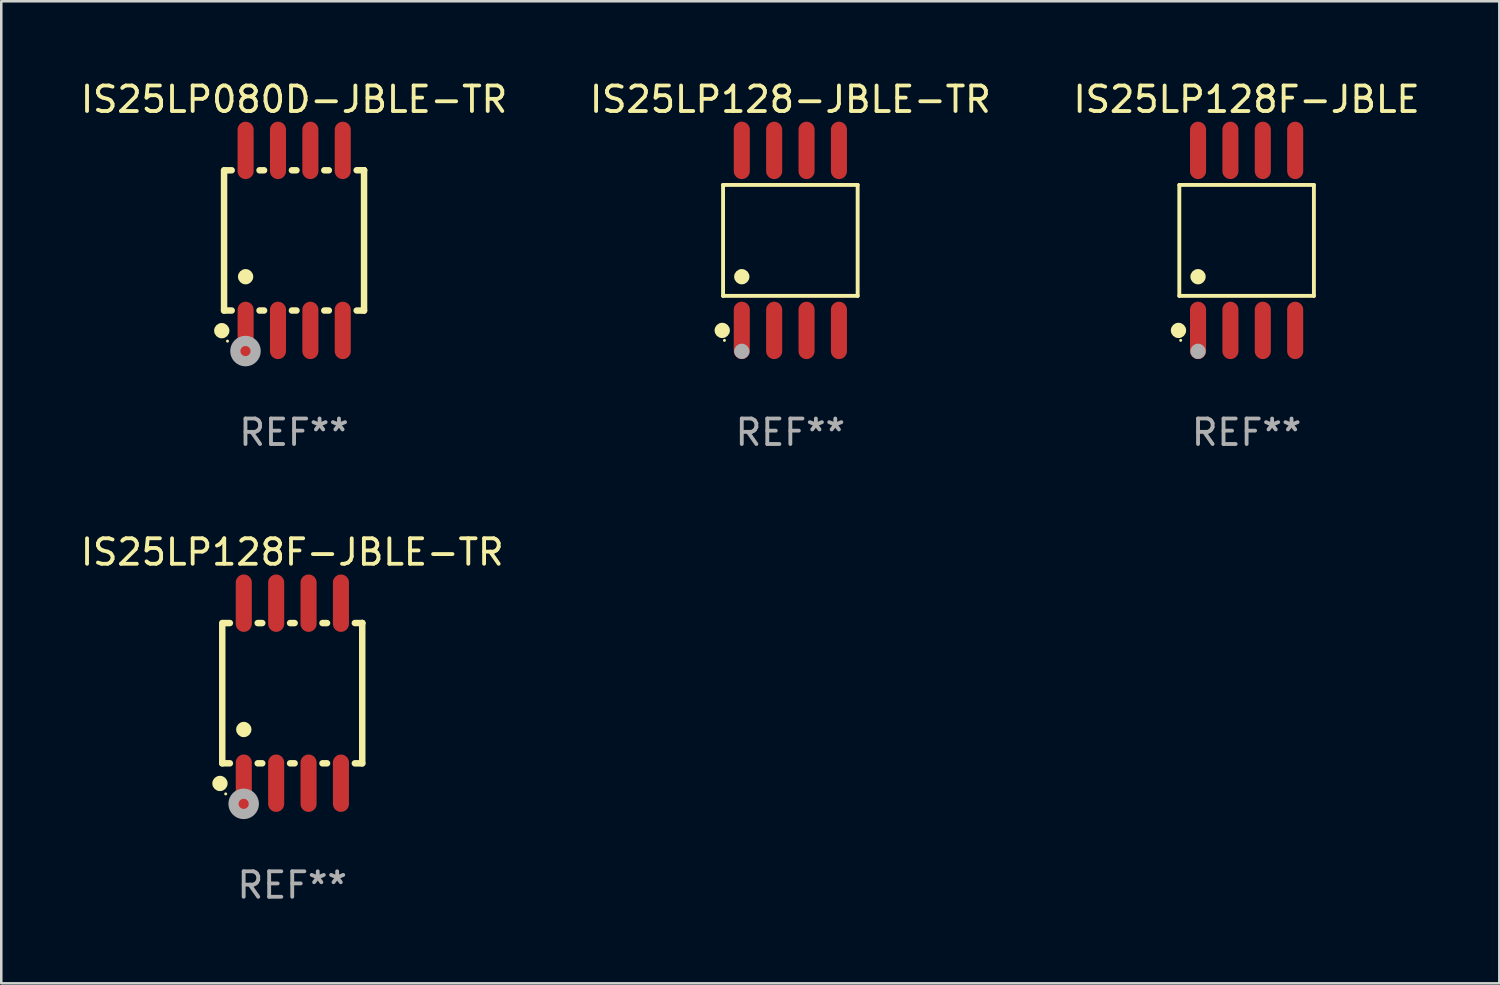
<source format=kicad_pcb>
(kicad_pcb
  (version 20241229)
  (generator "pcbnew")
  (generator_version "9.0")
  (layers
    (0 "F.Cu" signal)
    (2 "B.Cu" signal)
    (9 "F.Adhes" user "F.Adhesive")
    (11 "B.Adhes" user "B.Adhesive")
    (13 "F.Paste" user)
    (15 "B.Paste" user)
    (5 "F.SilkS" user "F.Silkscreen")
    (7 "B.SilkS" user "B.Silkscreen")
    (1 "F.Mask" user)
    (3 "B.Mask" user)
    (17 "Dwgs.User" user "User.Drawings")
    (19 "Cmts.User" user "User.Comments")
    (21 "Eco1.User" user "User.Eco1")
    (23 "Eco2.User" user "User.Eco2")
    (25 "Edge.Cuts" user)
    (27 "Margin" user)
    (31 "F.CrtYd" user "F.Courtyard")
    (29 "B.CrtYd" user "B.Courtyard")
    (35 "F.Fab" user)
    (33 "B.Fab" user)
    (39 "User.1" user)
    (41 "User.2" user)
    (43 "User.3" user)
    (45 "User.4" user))
  (footprint "IS25LP128F-JBLE-TR"
    (layer "F.Cu")
    (at 8.411 24.135)
    (property "Reference" "IS25LP128F-JBLE-TR" (at 0 -5.53 0) (layer "F.SilkS") (effects (font (size 1 1) (thickness 0.15))))
    (attr through_hole)
    (fp_line (start -2.745 -2.75) (end -2.745 2.75) (stroke (width 0.254) (type solid)) (layer "F.SilkS"))
    (fp_line (start -2.745 2.75) (end -2.446 2.75) (stroke (width 0.254) (type solid)) (layer "F.SilkS"))
    (fp_line (start -2.446 -2.75) (end -2.725 -2.75) (stroke (width 0.254) (type solid)) (layer "F.SilkS"))
    (fp_line (start -1.354 2.75) (end -1.176 2.75) (stroke (width 0.254) (type solid)) (layer "F.SilkS"))
    (fp_line (start -1.176 -2.75) (end -1.354 -2.75) (stroke (width 0.254) (type solid)) (layer "F.SilkS"))
    (fp_line (start -0.084 2.75) (end 0.094 2.75) (stroke (width 0.254) (type solid)) (layer "F.SilkS"))
    (fp_line (start 0.094 -2.75) (end -0.084 -2.75) (stroke (width 0.254) (type solid)) (layer "F.SilkS"))
    (fp_line (start 1.186 2.75) (end 1.364 2.75) (stroke (width 0.254) (type solid)) (layer "F.SilkS"))
    (fp_line (start 1.364 -2.75) (end 1.186 -2.75) (stroke (width 0.254) (type solid)) (layer "F.SilkS"))
    (fp_line (start 2.456 2.751) (end 2.745 2.751) (stroke (width 0.254) (type solid)) (layer "F.SilkS"))
    (fp_line (start 2.745 -2.751) (end 2.456 -2.751) (stroke (width 0.254) (type solid)) (layer "F.SilkS"))
    (fp_line (start 2.745 -2.751) (end 2.745 -2.751) (stroke (width 0.254) (type solid)) (layer "F.SilkS"))
    (fp_line (start 2.745 2.751) (end 2.745 -2.751) (stroke (width 0.254) (type solid)) (layer "F.SilkS"))
    (fp_circle (center -2.835 3.54) (end -2.685 3.54) (stroke (width 0.3) (type solid)) (fill no) (layer "F.SilkS"))
    (fp_circle (center -2.61 3.95) (end -2.58 3.95) (stroke (width 0.06) (type solid)) (fill no) (layer "F.SilkS"))
    (fp_circle (center -1.9 1.424) (end -1.75 1.424) (stroke (width 0.3) (type solid)) (fill no) (layer "F.SilkS"))
    (fp_circle (center -1.905 4.34) (end -1.706 4.34) (stroke (width 0.4) (type solid)) (fill no) (layer "F.Fab"))
    (fp_text user "REF**" (at 0 7.53 0) (layer "F.Fab") (effects (font (size 1 1) (thickness 0.15))))
    (pad "1" smd oval (at -1.9 3.53) (size 0.63 2.25) (layers "F.Cu" "F.Mask" "F.Paste"))
    (pad "2" smd oval (at -0.63 3.53) (size 0.63 2.25) (layers "F.Cu" "F.Mask" "F.Paste"))
    (pad "3" smd oval (at 0.64 3.53) (size 0.63 2.25) (layers "F.Cu" "F.Mask" "F.Paste"))
    (pad "4" smd oval (at 1.91 3.53) (size 0.63 2.25) (layers "F.Cu" "F.Mask" "F.Paste"))
    (pad "5" smd oval (at 1.91 -3.53) (size 0.63 2.25) (layers "F.Cu" "F.Mask" "F.Paste"))
    (pad "6" smd oval (at 0.64 -3.53) (size 0.63 2.25) (layers "F.Cu" "F.Mask" "F.Paste"))
    (pad "7" smd oval (at -0.63 -3.53) (size 0.63 2.25) (layers "F.Cu" "F.Mask" "F.Paste"))
    (pad "8" smd oval (at -1.9 -3.53) (size 0.63 2.25) (layers "F.Cu" "F.Mask" "F.Paste")))
  (footprint "IS25LP128-JBLE-TR"
    (layer "F.Cu")
    (at 27.946 6.378)
    (property "Reference" "IS25LP128-JBLE-TR" (at 0 -5.53 0) (layer "F.SilkS") (effects (font (size 1 1) (thickness 0.15))))
    (attr through_hole)
    (fp_line (start -2.639 -2.176) (end 2.639 -2.176) (stroke (width 0.152) (type solid)) (layer "F.SilkS"))
    (fp_line (start -2.639 2.176) (end -2.639 -2.176) (stroke (width 0.152) (type solid)) (layer "F.SilkS"))
    (fp_line (start 2.639 -2.176) (end 2.639 2.176) (stroke (width 0.152) (type solid)) (layer "F.SilkS"))
    (fp_line (start 2.639 2.176) (end -2.639 2.176) (stroke (width 0.152) (type solid)) (layer "F.SilkS"))
    (fp_circle (center -2.672 3.53) (end -2.522 3.53) (stroke (width 0.3) (type solid)) (fill no) (layer "F.SilkS"))
    (fp_circle (center -2.585 3.92) (end -2.555 3.92) (stroke (width 0.06) (type solid)) (fill no) (layer "F.SilkS"))
    (fp_circle (center -1.905 1.424) (end -1.755 1.424) (stroke (width 0.3) (type solid)) (fill no) (layer "F.SilkS"))
    (fp_circle (center -1.905 4.35) (end -1.755 4.35) (stroke (width 0.3) (type solid)) (fill no) (layer "F.Fab"))
    (fp_text user "REF**" (at 0 7.53 0) (layer "F.Fab") (effects (font (size 1 1) (thickness 0.15))))
    (pad "1" smd oval (at -1.905 3.53) (size 0.63 2.25) (layers "F.Cu" "F.Mask" "F.Paste"))
    (pad "2" smd oval (at -0.635 3.53) (size 0.63 2.25) (layers "F.Cu" "F.Mask" "F.Paste"))
    (pad "3" smd oval (at 0.635 3.53) (size 0.63 2.25) (layers "F.Cu" "F.Mask" "F.Paste"))
    (pad "4" smd oval (at 1.905 3.53) (size 0.63 2.25) (layers "F.Cu" "F.Mask" "F.Paste"))
    (pad "5" smd oval (at 1.905 -3.53) (size 0.63 2.25) (layers "F.Cu" "F.Mask" "F.Paste"))
    (pad "6" smd oval (at 0.635 -3.53) (size 0.63 2.25) (layers "F.Cu" "F.Mask" "F.Paste"))
    (pad "7" smd oval (at -0.635 -3.53) (size 0.63 2.25) (layers "F.Cu" "F.Mask" "F.Paste"))
    (pad "8" smd oval (at -1.905 -3.53) (size 0.63 2.25) (layers "F.Cu" "F.Mask" "F.Paste")))
  (footprint "IS25LP128F-JBLE"
    (layer "F.Cu")
    (at 45.839 6.378)
    (property "Reference" "IS25LP128F-JBLE" (at 0 -5.53 0) (layer "F.SilkS") (effects (font (size 1 1) (thickness 0.15))))
    (attr through_hole)
    (fp_line (start -2.639 -2.176) (end 2.639 -2.176) (stroke (width 0.152) (type solid)) (layer "F.SilkS"))
    (fp_line (start -2.639 2.176) (end -2.639 -2.176) (stroke (width 0.152) (type solid)) (layer "F.SilkS"))
    (fp_line (start 2.639 -2.176) (end 2.639 2.176) (stroke (width 0.152) (type solid)) (layer "F.SilkS"))
    (fp_line (start 2.639 2.176) (end -2.639 2.176) (stroke (width 0.152) (type solid)) (layer "F.SilkS"))
    (fp_circle (center -2.672 3.53) (end -2.522 3.53) (stroke (width 0.3) (type solid)) (fill no) (layer "F.SilkS"))
    (fp_circle (center -2.585 3.92) (end -2.555 3.92) (stroke (width 0.06) (type solid)) (fill no) (layer "F.SilkS"))
    (fp_circle (center -1.905 1.424) (end -1.755 1.424) (stroke (width 0.3) (type solid)) (fill no) (layer "F.SilkS"))
    (fp_circle (center -1.905 4.35) (end -1.755 4.35) (stroke (width 0.3) (type solid)) (fill no) (layer "F.Fab"))
    (fp_text user "REF**" (at 0 7.53 0) (layer "F.Fab") (effects (font (size 1 1) (thickness 0.15))))
    (pad "1" smd oval (at -1.905 3.53) (size 0.63 2.25) (layers "F.Cu" "F.Mask" "F.Paste"))
    (pad "2" smd oval (at -0.635 3.53) (size 0.63 2.25) (layers "F.Cu" "F.Mask" "F.Paste"))
    (pad "3" smd oval (at 0.635 3.53) (size 0.63 2.25) (layers "F.Cu" "F.Mask" "F.Paste"))
    (pad "4" smd oval (at 1.905 3.53) (size 0.63 2.25) (layers "F.Cu" "F.Mask" "F.Paste"))
    (pad "5" smd oval (at 1.905 -3.53) (size 0.63 2.25) (layers "F.Cu" "F.Mask" "F.Paste"))
    (pad "6" smd oval (at 0.635 -3.53) (size 0.63 2.25) (layers "F.Cu" "F.Mask" "F.Paste"))
    (pad "7" smd oval (at -0.635 -3.53) (size 0.63 2.25) (layers "F.Cu" "F.Mask" "F.Paste"))
    (pad "8" smd oval (at -1.905 -3.53) (size 0.63 2.25) (layers "F.Cu" "F.Mask" "F.Paste")))
  (footprint "IS25LP080D-JBLE-TR"
    (layer "F.Cu")
    (at 8.482 6.378)
    (property "Reference" "IS25LP080D-JBLE-TR" (at 0 -5.53 0) (layer "F.SilkS") (effects (font (size 1 1) (thickness 0.15))))
    (attr through_hole)
    (fp_line (start -2.745 -2.75) (end -2.745 2.75) (stroke (width 0.254) (type solid)) (layer "F.SilkS"))
    (fp_line (start -2.745 2.75) (end -2.446 2.75) (stroke (width 0.254) (type solid)) (layer "F.SilkS"))
    (fp_line (start -2.446 -2.75) (end -2.725 -2.75) (stroke (width 0.254) (type solid)) (layer "F.SilkS"))
    (fp_line (start -1.354 2.75) (end -1.176 2.75) (stroke (width 0.254) (type solid)) (layer "F.SilkS"))
    (fp_line (start -1.176 -2.75) (end -1.354 -2.75) (stroke (width 0.254) (type solid)) (layer "F.SilkS"))
    (fp_line (start -0.084 2.75) (end 0.094 2.75) (stroke (width 0.254) (type solid)) (layer "F.SilkS"))
    (fp_line (start 0.094 -2.75) (end -0.084 -2.75) (stroke (width 0.254) (type solid)) (layer "F.SilkS"))
    (fp_line (start 1.186 2.75) (end 1.364 2.75) (stroke (width 0.254) (type solid)) (layer "F.SilkS"))
    (fp_line (start 1.364 -2.75) (end 1.186 -2.75) (stroke (width 0.254) (type solid)) (layer "F.SilkS"))
    (fp_line (start 2.456 2.751) (end 2.745 2.751) (stroke (width 0.254) (type solid)) (layer "F.SilkS"))
    (fp_line (start 2.745 -2.751) (end 2.456 -2.751) (stroke (width 0.254) (type solid)) (layer "F.SilkS"))
    (fp_line (start 2.745 -2.751) (end 2.745 -2.751) (stroke (width 0.254) (type solid)) (layer "F.SilkS"))
    (fp_line (start 2.745 2.751) (end 2.745 -2.751) (stroke (width 0.254) (type solid)) (layer "F.SilkS"))
    (fp_circle (center -2.835 3.54) (end -2.685 3.54) (stroke (width 0.3) (type solid)) (fill no) (layer "F.SilkS"))
    (fp_circle (center -2.61 3.95) (end -2.58 3.95) (stroke (width 0.06) (type solid)) (fill no) (layer "F.SilkS"))
    (fp_circle (center -1.9 1.424) (end -1.75 1.424) (stroke (width 0.3) (type solid)) (fill no) (layer "F.SilkS"))
    (fp_circle (center -1.905 4.34) (end -1.706 4.34) (stroke (width 0.4) (type solid)) (fill no) (layer "F.Fab"))
    (fp_text user "REF**" (at 0 7.53 0) (layer "F.Fab") (effects (font (size 1 1) (thickness 0.15))))
    (pad "1" smd oval (at -1.9 3.53) (size 0.63 2.25) (layers "F.Cu" "F.Mask" "F.Paste"))
    (pad "2" smd oval (at -0.63 3.53) (size 0.63 2.25) (layers "F.Cu" "F.Mask" "F.Paste"))
    (pad "3" smd oval (at 0.64 3.53) (size 0.63 2.25) (layers "F.Cu" "F.Mask" "F.Paste"))
    (pad "4" smd oval (at 1.91 3.53) (size 0.63 2.25) (layers "F.Cu" "F.Mask" "F.Paste"))
    (pad "5" smd oval (at 1.91 -3.53) (size 0.63 2.25) (layers "F.Cu" "F.Mask" "F.Paste"))
    (pad "6" smd oval (at 0.64 -3.53) (size 0.63 2.25) (layers "F.Cu" "F.Mask" "F.Paste"))
    (pad "7" smd oval (at -0.63 -3.53) (size 0.63 2.25) (layers "F.Cu" "F.Mask" "F.Paste"))
    (pad "8" smd oval (at -1.9 -3.53) (size 0.63 2.25) (layers "F.Cu" "F.Mask" "F.Paste")))
  (gr_rect
    (start -3 -3)
    (end 55.75 35.513)
    (stroke (width 0.1) (type default))
    (fill no)
    (layer "Edge.Cuts")))
</source>
